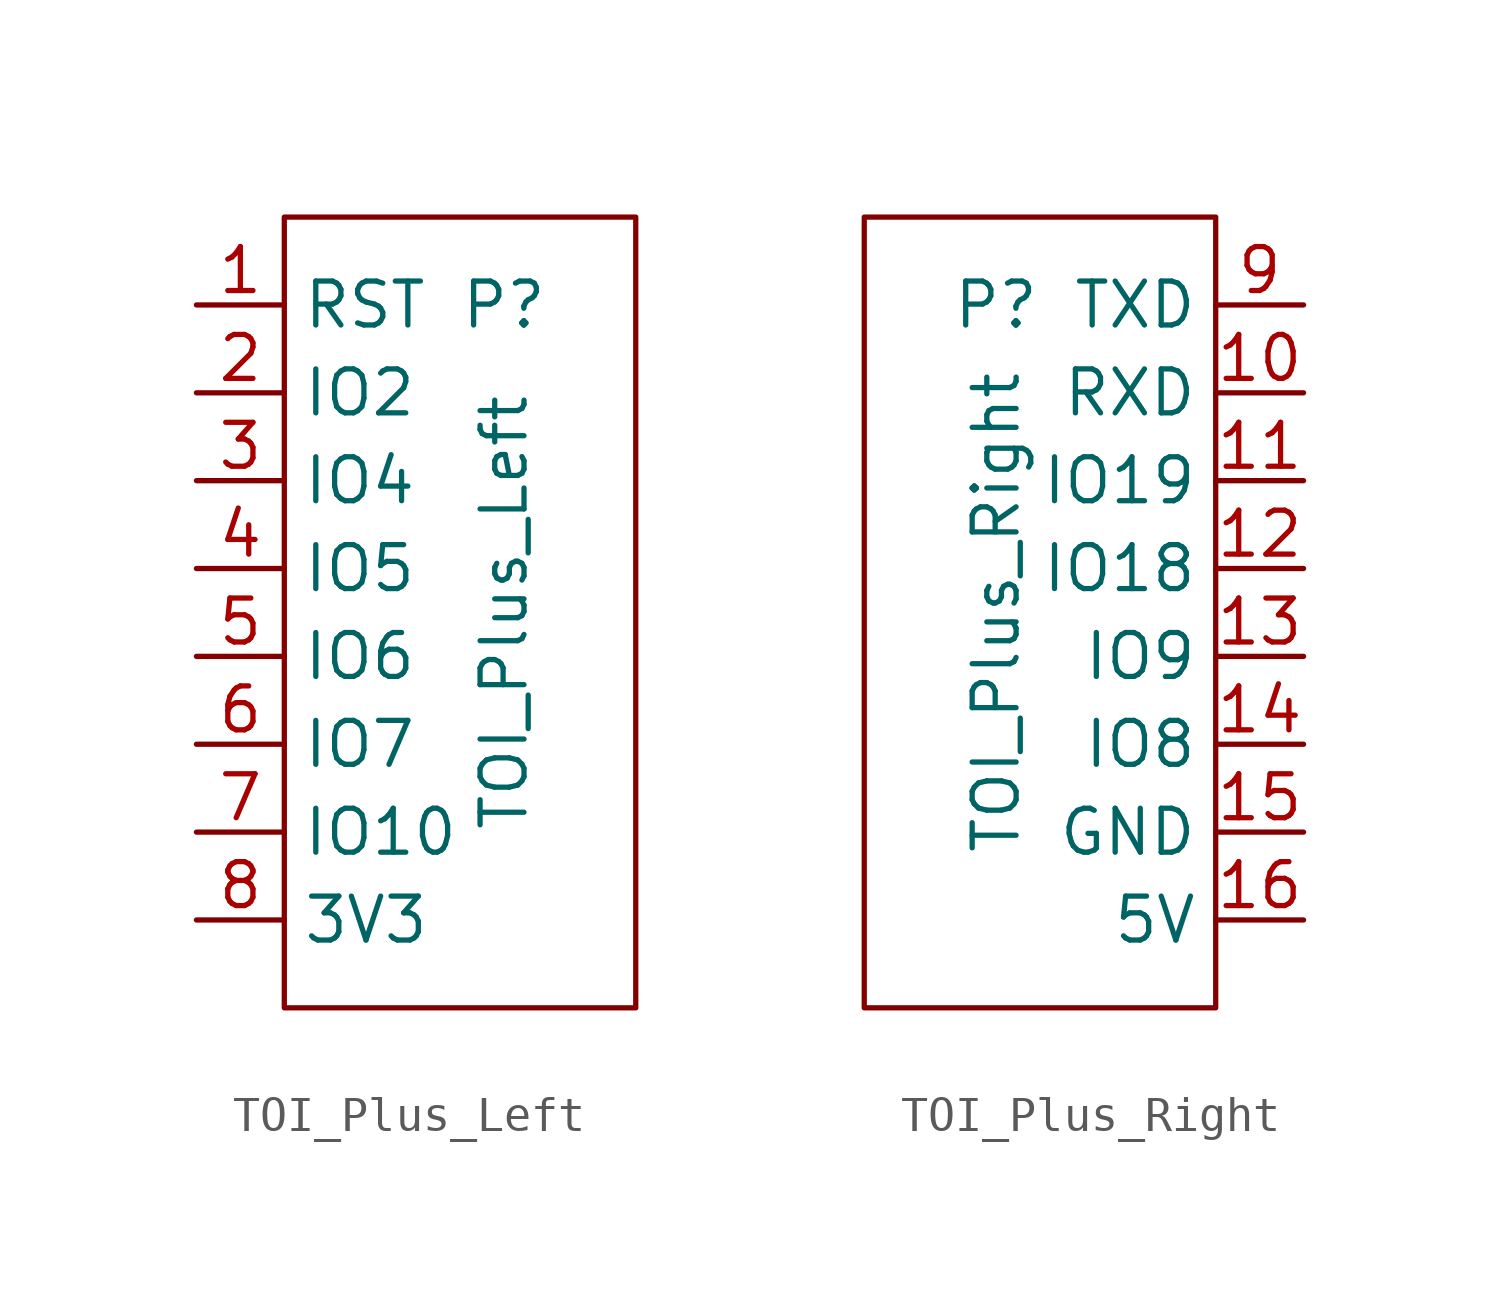
<source format=kicad_sym>
(kicad_symbol_lib
  (version 20211014)
  (generator kicad_symbol_editor)
  (symbol "TOI_Plus_Left"
    (property "Reference" "P"
      (at -1.27 10.16 0)
      (effects (font (size 1.27 1.27))))
    (property "Value" "TOI_Plus_Left"
      (at -1.27 1.27 90)
      (effects (font (size 1.27 1.27))))
    (symbol "TOI_Plus_Left_0_1"
      (rectangle (start -7.62 12.7) (end 2.54 -10.16) (stroke (width 0) (type default) (color 0 0 0 0)) (fill (type none))))
    (symbol "TOI_Plus_Left_1_1"
      (pin input line (at -10.16 10.16 0) (length 2.54) (name "RST" (effects (font (size 1.27 1.27)))) (number "1" (effects (font (size 1.27 1.27)))))
      (pin input line (at -10.16 7.62 0) (length 2.54) (name "IO2" (effects (font (size 1.27 1.27)))) (number "2" (effects (font (size 1.27 1.27)))))
      (pin input line (at -10.16 5.08 0) (length 2.54) (name "IO4" (effects (font (size 1.27 1.27)))) (number "3" (effects (font (size 1.27 1.27)))))
      (pin input line (at -10.16 2.54 0) (length 2.54) (name "IO5" (effects (font (size 1.27 1.27)))) (number "4" (effects (font (size 1.27 1.27)))))
      (pin input line (at -10.16 0 0) (length 2.54) (name "IO6" (effects (font (size 1.27 1.27)))) (number "5" (effects (font (size 1.27 1.27)))))
      (pin input line (at -10.16 -2.54 0) (length 2.54) (name "IO7" (effects (font (size 1.27 1.27)))) (number "6" (effects (font (size 1.27 1.27)))))
      (pin input line (at -10.16 -5.08 0) (length 2.54) (name "IO10" (effects (font (size 1.27 1.27)))) (number "7" (effects (font (size 1.27 1.27)))))
      (pin power_out line (at -10.16 -7.62 0) (length 2.54) (name "3V3" (effects (font (size 1.27 1.27)))) (number "8" (effects (font (size 1.27 1.27)))))))
  (symbol "TOI_Plus_Right"
    (property "Reference" "P"
      (at 1.27 8.89 0)
      (effects (font (size 1.27 1.27))))
    (property "Value" "TOI_Plus_Right"
      (at 1.27 0 90)
      (effects (font (size 1.27 1.27))))
    (symbol "TOI_Plus_Right_0_1"
      (rectangle (start -2.54 11.43) (end 7.62 -11.43) (stroke (width 0) (type default) (color 0 0 0 0)) (fill (type none))))
    (symbol "TOI_Plus_Right_1_1"
      (pin input line (at 10.16 6.35 180) (length 2.54) (name "RXD" (effects (font (size 1.27 1.27)))) (number "10" (effects (font (size 1.27 1.27)))))
      (pin input line (at 10.16 3.81 180) (length 2.54) (name "IO19" (effects (font (size 1.27 1.27)))) (number "11" (effects (font (size 1.27 1.27)))))
      (pin input line (at 10.16 1.27 180) (length 2.54) (name "IO18" (effects (font (size 1.27 1.27)))) (number "12" (effects (font (size 1.27 1.27)))))
      (pin input line (at 10.16 -1.27 180) (length 2.54) (name "IO9" (effects (font (size 1.27 1.27)))) (number "13" (effects (font (size 1.27 1.27)))))
      (pin input line (at 10.16 -3.81 180) (length 2.54) (name "IO8" (effects (font (size 1.27 1.27)))) (number "14" (effects (font (size 1.27 1.27)))))
      (pin power_out line (at 10.16 -6.35 180) (length 2.54) (name "GND" (effects (font (size 1.27 1.27)))) (number "15" (effects (font (size 1.27 1.27)))))
      (pin power_out line (at 10.16 -8.89 180) (length 2.54) (name "5V" (effects (font (size 1.27 1.27)))) (number "16" (effects (font (size 1.27 1.27)))))
      (pin input line (at 10.16 8.89 180) (length 2.54) (name "TXD" (effects (font (size 1.27 1.27)))) (number "9" (effects (font (size 1.27 1.27))))))))
</source>
